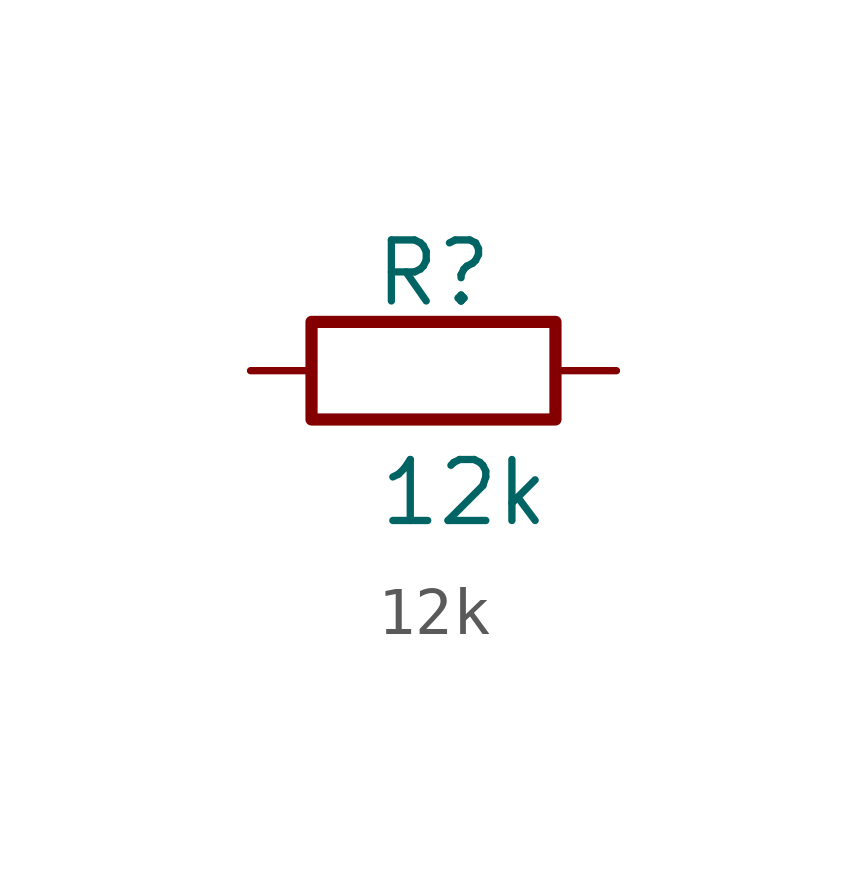
<source format=kicad_sym>
(kicad_symbol_lib
  (version 20210619)
  (generator kicad_symbol_editor)
  (symbol "my_Library:12k"
    (pin_numbers hide)
    (pin_names
      (offset 0))
    (property "Reference" "R"
      (at 0 2.032 0)
      (effects (font (size 1.27 1.27))))
    (property "Value" "12k"
      (at 0.635 -2.54 0)
      (effects (font (size 1.27 1.27))))
    (symbol "12k_0_1"
      (rectangle (start 2.54 -1.016) (end -2.54 1.016) (stroke (width 0.254)) (fill (type none))))
    (symbol "12k_1_1"
      (pin passive line (at -3.81 0 0) (length 1.27) (name "~" (effects (font (size 1.27 1.27)))) (number "1" (effects (font (size 1.27 1.27)))))
      (pin passive line (at 3.81 0 180) (length 1.27) (name "~" (effects (font (size 1.27 1.27)))) (number "2" (effects (font (size 1.27 1.27))))))))
</source>
